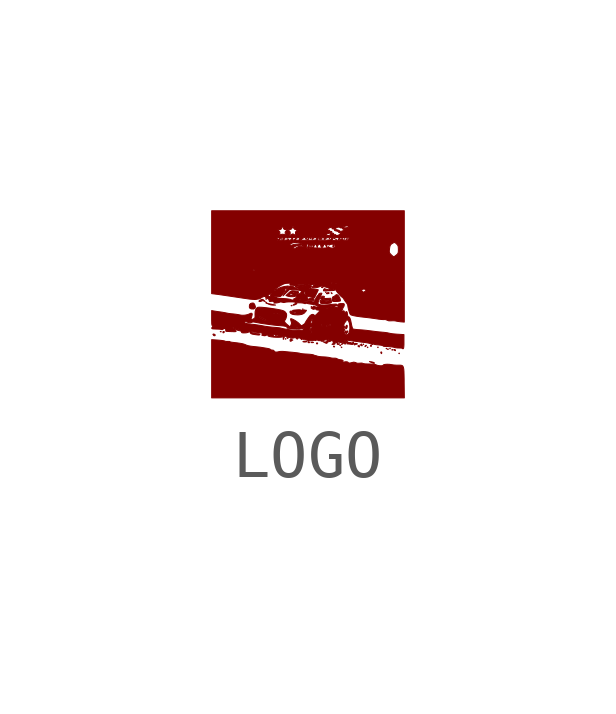
<source format=kicad_sym>
(kicad_symbol_lib
  (version 20210619)
  (generator bitmap2component)
  (symbol "LOGO"
    (pin_names
      (offset 1.016))
    (property "Reference" "#G"
      (at 0 6.433 0)
      (effects (font (size 1.27 1.27)) hide))
    (symbol "LOGO_0_0"
      (polyline (pts (xy 1.988 -1.631) (xy 1.988 -1.563) (xy 1.986 -1.472) (xy 1.984 -1.403) (xy 1.98 -1.352) (xy 1.972 -1.316) (xy 1.961 -1.292) (xy 1.945 -1.279) (xy 1.923 -1.273) (xy 1.895 -1.272) (xy 1.858 -1.272) (xy 1.828 -1.272) (xy 1.77 -1.268) (xy 1.72 -1.26) (xy 1.677 -1.254) (xy 1.632 -1.253) (xy 1.591 -1.256) (xy 1.561 -1.263) (xy 1.55 -1.273) (xy 1.55 -1.274) (xy 1.538 -1.282) (xy 1.51 -1.285) (xy 1.474 -1.283) (xy 1.437 -1.277) (xy 1.407 -1.266) (xy 1.382 -1.257) (xy 1.329 -1.25) (xy 1.253 -1.247) (xy 1.225 -1.247) (xy 1.177 -1.245) (xy 1.143 -1.24) (xy 1.128 -1.235) (xy 1.124 -1.232) (xy 1.101 -1.228) (xy 1.064 -1.23) (xy 1.052 -1.232) (xy 1.015 -1.232) (xy 0.992 -1.225) (xy 0.982 -1.218) (xy 0.94 -1.209) (xy 0.891 -1.22) (xy 0.887 -1.222) (xy 0.855 -1.228) (xy 0.83 -1.224) (xy 0.819 -1.211) (xy 0.818 -1.209) (xy 0.804 -1.203) (xy 0.778 -1.201) (xy 0.752 -1.203) (xy 0.737 -1.21) (xy 0.731 -1.216) (xy 0.708 -1.222) (xy 0.699 -1.221) (xy 0.694 -1.218) (xy 0.708 -1.205) (xy 0.718 -1.194) (xy 0.718 -1.177) (xy 0.698 -1.164) (xy 0.662 -1.159) (xy 0.628 -1.154) (xy 0.594 -1.139) (xy 0.57 -1.128) (xy 0.537 -1.126) (xy 0.524 -1.127) (xy 0.487 -1.125) (xy 0.445 -1.116) (xy 0.414 -1.109) (xy 0.356 -1.102) (xy 0.3 -1.099) (xy 0.263 -1.097) (xy 0.217 -1.092) (xy 0.185 -1.085) (xy 0.156 -1.075) (xy 0.134 -1.071) (xy 0.129 -1.07) (xy 0.106 -1.06) (xy 0.097 -1.056) (xy 0.067 -1.05) (xy 0.021 -1.045) (xy -0.035 -1.041) (xy -0.073 -1.039) (xy -0.123 -1.035) (xy -0.16 -1.03) (xy -0.178 -1.026) (xy -0.18 -1.025) (xy -0.189 -1.022) (xy -0.207 -1.019) (xy -0.235 -1.015) (xy -0.277 -1.01) (xy -0.335 -1.004) (xy -0.413 -0.997) (xy -0.513 -0.987) (xy -0.549 -0.985) (xy -0.596 -0.987) (xy -0.628 -0.993) (xy -0.643 -0.997) (xy -0.68 -1) (xy -0.707 -0.992) (xy -0.718 -0.975) (xy -0.727 -0.963) (xy -0.756 -0.958) (xy -0.756 -0.958) (xy -0.783 -0.954) (xy -0.794 -0.946) (xy -0.794 -0.945) (xy -0.807 -0.935) (xy -0.835 -0.927) (xy -0.873 -0.92) (xy -1.008 -0.898) (xy -1.14 -0.884) (xy -1.145 -0.884) (xy -1.208 -0.876) (xy -1.26 -0.866) (xy -1.296 -0.854) (xy -1.325 -0.841) (xy -1.365 -0.828) (xy -1.417 -0.818) (xy -1.484 -0.808) (xy -1.572 -0.798) (xy -1.597 -0.795) (xy -1.627 -0.789) (xy -1.638 -0.782) (xy -1.638 -0.781) (xy -1.653 -0.778) (xy -1.682 -0.779) (xy -1.686 -0.779) (xy -1.72 -0.779) (xy -1.742 -0.771) (xy -1.752 -0.767) (xy -1.784 -0.761) (xy -1.831 -0.755) (xy -1.887 -0.75) (xy -2.016 -0.741) (xy -2.016 -1.953) (xy 1.992 -1.953) (xy 1.988 -1.631)) (stroke (width 0.01)) (fill (type outline)))
      (polyline (pts (xy 1.37 -1.232) (xy 1.366 -1.222) (xy 1.365 -1.221) (xy 1.343 -1.211) (xy 1.31 -1.203) (xy 1.266 -1.197) (xy 1.304 -1.215) (xy 1.33 -1.226) (xy 1.356 -1.234) (xy 1.37 -1.232)) (stroke (width 0.01)) (fill (type outline)))
      (polyline (pts (xy 1.522 -1.022) (xy 1.523 -1.011) (xy 1.517 -0.997) (xy 1.504 -0.999) (xy 1.502 -1.004) (xy 1.507 -1.022) (xy 1.515 -1.032) (xy 1.522 -1.022)) (stroke (width 0.01)) (fill (type outline)))
      (polyline (pts (xy 1.89 -1.027) (xy 1.884 -1.02) (xy 1.877 -1.027) (xy 1.884 -1.033) (xy 1.89 -1.027)) (stroke (width 0.01)) (fill (type outline)))
      (polyline (pts (xy 1.807 -0.969) (xy 1.808 -0.958) (xy 1.805 -0.954) (xy 1.788 -0.945) (xy 1.783 -0.946) (xy 1.783 -0.958) (xy 1.785 -0.961) (xy 1.803 -0.97) (xy 1.807 -0.969)) (stroke (width 0.01)) (fill (type outline)))
      (polyline (pts (xy 1.757 -0.956) (xy 1.76 -0.95) (xy 1.756 -0.947) (xy 1.736 -0.949) (xy 1.73 -0.954) (xy 1.744 -0.957) (xy 1.757 -0.956)) (stroke (width 0.01)) (fill (type outline)))
      (polyline (pts (xy 1.657 -0.944) (xy 1.659 -0.936) (xy 1.657 -0.935) (xy 1.642 -0.936) (xy 1.64 -0.94) (xy 1.651 -0.945) (xy 1.657 -0.944)) (stroke (width 0.01)) (fill (type outline)))
      (polyline (pts (xy 1.625 -0.926) (xy 1.619 -0.92) (xy 1.613 -0.926) (xy 1.619 -0.932) (xy 1.625 -0.926)) (stroke (width 0.01)) (fill (type outline)))
      (polyline (pts (xy 1.701 -0.926) (xy 1.695 -0.92) (xy 1.688 -0.926) (xy 1.695 -0.932) (xy 1.701 -0.926)) (stroke (width 0.01)) (fill (type outline)))
      (polyline (pts (xy 1.97 -0.928) (xy 1.977 -0.916) (xy 1.981 -0.89) (xy 1.984 -0.846) (xy 1.984 -0.78) (xy 1.984 -0.636) (xy 1.852 -0.628) (xy 1.814 -0.625) (xy 1.756 -0.62) (xy 1.709 -0.613) (xy 1.679 -0.607) (xy 1.674 -0.606) (xy 1.638 -0.598) (xy 1.589 -0.591) (xy 1.534 -0.586) (xy 1.515 -0.584) (xy 1.448 -0.578) (xy 1.373 -0.569) (xy 1.304 -0.56) (xy 1.285 -0.558) (xy 1.209 -0.548) (xy 1.128 -0.54) (xy 1.058 -0.535) (xy 1.027 -0.533) (xy 0.978 -0.528) (xy 0.941 -0.523) (xy 0.922 -0.518) (xy 0.92 -0.515) (xy 0.91 -0.493) (xy 0.899 -0.454) (xy 0.889 -0.405) (xy 0.876 -0.342) (xy 0.862 -0.297) (xy 0.846 -0.272) (xy 0.827 -0.265) (xy 0.825 -0.264) (xy 0.815 -0.249) (xy 0.809 -0.219) (xy 0.809 -0.214) (xy 0.803 -0.173) (xy 0.792 -0.156) (xy 0.777 -0.163) (xy 0.767 -0.171) (xy 0.75 -0.174) (xy 0.743 -0.156) (xy 0.743 -0.154) (xy 0.736 -0.142) (xy 0.712 -0.144) (xy 0.705 -0.145) (xy 0.684 -0.142) (xy 0.681 -0.131) (xy 0.699 -0.118) (xy 0.708 -0.113) (xy 0.711 -0.099) (xy 0.711 -0.088) (xy 0.724 -0.068) (xy 0.735 -0.051) (xy 0.743 -0.019) (xy 0.743 -0.007) (xy 0.737 0.005) (xy 0.718 0.01) (xy 0.68 0.01) (xy 0.661 0.009) (xy 0.628 0.003) (xy 0.617 -0.009) (xy 0.614 -0.02) (xy 0.602 -0.024) (xy 0.589 -0.011) (xy 0.589 -0.01) (xy 0.579 -0.004) (xy 0.555 -0.002) (xy 0.513 -0.005) (xy 0.449 -0.012) (xy 0.409 -0.016) (xy 0.324 -0.021) (xy 0.259 -0.019) (xy 0.216 -0.009) (xy 0.196 0.009) (xy 0.195 0.012) (xy 0.199 0.037) (xy 0.212 0.076) (xy 0.233 0.123) (xy 0.24 0.138) (xy 0.259 0.179) (xy 0.272 0.209) (xy 0.277 0.223) (xy 0.268 0.226) (xy 0.243 0.225) (xy 0.22 0.218) (xy 0.211 0.204) (xy 0.21 0.196) (xy 0.196 0.181) (xy 0.184 0.171) (xy 0.165 0.143) (xy 0.145 0.105) (xy 0.144 0.104) (xy 0.126 0.067) (xy 0.111 0.048) (xy 0.095 0.041) (xy 0.072 0.043) (xy 0.05 0.046) (xy 0.005 0.052) (xy -0.044 0.057) (xy -0.109 0.064) (xy -0.16 0.071) (xy -0.19 0.079) (xy -0.197 0.085) (xy -0.185 0.086) (xy -0.154 0.084) (xy -0.107 0.08) (xy -0.05 0.074) (xy 0.006 0.068) (xy 0.05 0.065) (xy 0.078 0.065) (xy 0.093 0.069) (xy 0.102 0.076) (xy 0.107 0.086) (xy 0.113 0.102) (xy 0.111 0.106) (xy 0.093 0.114) (xy 0.064 0.117) (xy 0.035 0.116) (xy 0.016 0.111) (xy 0.015 0.11) (xy -0.008 0.102) (xy -0.026 0.113) (xy -0.029 0.136) (xy -0.025 0.149) (xy -0.014 0.155) (xy 0.008 0.153) (xy 0.048 0.144) (xy 0.08 0.137) (xy 0.109 0.132) (xy 0.121 0.13) (xy 0.122 0.132) (xy 0.132 0.15) (xy 0.148 0.182) (xy 0.166 0.219) (xy 0.184 0.255) (xy 0.197 0.282) (xy 0.202 0.294) (xy 0.198 0.297) (xy 0.177 0.302) (xy 0.142 0.307) (xy 0.129 0.308) (xy 0.059 0.319) (xy 0.013 0.33) (xy -0.008 0.344) (xy -0.009 0.344) (xy -0.004 0.351) (xy 0.023 0.349) (xy 0.046 0.345) (xy 0.059 0.35) (xy 0.059 0.368) (xy 0.052 0.386) (xy 0.03 0.406) (xy 0.023 0.409) (xy 0.019 0.413) (xy 0.038 0.41) (xy 0.062 0.406) (xy 0.101 0.403) (xy 0.132 0.403) (xy 0.106 0.383) (xy 0.162 0.383) (xy 0.167 0.387) (xy 0.18 0.389) (xy 0.205 0.386) (xy 0.206 0.386) (xy 0.204 0.382) (xy 0.183 0.38) (xy 0.179 0.381) (xy 0.162 0.383) (xy 0.106 0.383) (xy 0.101 0.379) (xy 0.099 0.377) (xy 0.081 0.358) (xy 0.079 0.345) (xy 0.087 0.341) (xy 0.116 0.338) (xy 0.155 0.34) (xy 0.195 0.348) (xy 0.226 0.36) (xy 0.246 0.369) (xy 0.268 0.371) (xy 0.299 0.367) (xy 0.346 0.356) (xy 0.352 0.354) (xy 0.393 0.342) (xy 0.421 0.33) (xy 0.431 0.321) (xy 0.435 0.311) (xy 0.456 0.3) (xy 0.462 0.296) (xy 0.448 0.295) (xy 0.416 0.298) (xy 0.388 0.302) (xy 0.355 0.31) (xy 0.338 0.318) (xy 0.33 0.321) (xy 0.316 0.305) (xy 0.31 0.287) (xy 0.312 0.274) (xy 0.318 0.274) (xy 0.345 0.273) (xy 0.388 0.274) (xy 0.441 0.277) (xy 0.479 0.279) (xy 0.52 0.282) (xy 0.54 0.287) (xy 0.544 0.292) (xy 0.535 0.3) (xy 0.522 0.309) (xy 0.518 0.314) (xy 0.535 0.312) (xy 0.535 0.312) (xy 0.558 0.299) (xy 0.567 0.288) (xy 1.103 0.288) (xy 1.115 0.302) (xy 1.117 0.304) (xy 1.14 0.311) (xy 1.167 0.309) (xy 1.188 0.301) (xy 1.194 0.287) (xy 1.186 0.275) (xy 1.164 0.256) (xy 1.155 0.251) (xy 1.136 0.247) (xy 1.117 0.263) (xy 1.109 0.272) (xy 1.103 0.288) (xy 0.567 0.288) (xy 0.579 0.273) (xy 0.585 0.263) (xy 0.599 0.244) (xy 0.634 0.244) (xy 0.642 0.252) (xy 0.645 0.252) (xy 0.655 0.239) (xy 0.655 0.236) (xy 0.65 0.227) (xy 0.648 0.227) (xy 0.636 0.239) (xy 0.634 0.244) (xy 0.599 0.244) (xy 0.607 0.234) (xy 0.635 0.201) (xy 0.665 0.17) (xy 0.69 0.147) (xy 0.705 0.139) (xy 0.707 0.138) (xy 0.719 0.124) (xy 0.736 0.098) (xy 0.737 0.097) (xy 0.761 0.059) (xy 0.786 0.027) (xy 0.805 -0.000400) (xy 0.815 -0.029) (xy 0.815 -0.031) (xy 0.821 -0.07) (xy 0.832 -0.117) (xy 0.846 -0.163) (xy 0.859 -0.2) (xy 0.871 -0.22) (xy 0.872 -0.221) (xy 0.897 -0.232) (xy 0.944 -0.244) (xy 1.009 -0.256) (xy 1.088 -0.267) (xy 1.178 -0.277) (xy 1.206 -0.28) (xy 1.272 -0.288) (xy 1.345 -0.298) (xy 1.415 -0.308) (xy 1.46 -0.315) (xy 1.514 -0.321) (xy 1.555 -0.324) (xy 1.577 -0.323) (xy 1.602 -0.324) (xy 1.633 -0.336) (xy 1.67 -0.35) (xy 1.722 -0.349) (xy 1.737 -0.348) (xy 1.78 -0.348) (xy 1.813 -0.353) (xy 1.831 -0.357) (xy 1.872 -0.364) (xy 1.918 -0.37) (xy 1.991 -0.376) (xy 1.991 1.94) (xy -2.016 1.94) (xy -2.016 1.549) (xy -0.649 1.549) (xy -0.608 1.549) (xy -0.594 1.55) (xy -0.571 1.558) (xy -0.559 1.581) (xy -0.552 1.602) (xy -0.542 1.613) (xy -0.533 1.605) (xy -0.524 1.581) (xy -0.52 1.57) (xy -0.506 1.554) (xy -0.475 1.549) (xy -0.435 1.549) (xy -0.396 1.549) (xy -0.391 1.549) (xy -0.36 1.558) (xy -0.341 1.584) (xy -0.324 1.619) (xy -0.312 1.584) (xy -0.308 1.574) (xy -0.291 1.554) (xy -0.274 1.552) (xy 0.39 1.552) (xy 0.401 1.567) (xy 0.426 1.582) (xy 0.463 1.593) (xy 0.48 1.595) (xy 0.501 1.592) (xy 0.505 1.582) (xy 0.488 1.571) (xy 0.488 1.57) (xy 0.488 1.566) (xy 0.504 1.564) (xy 0.557 1.564) (xy 0.572 1.582) (xy 0.594 1.594) (xy 0.621 1.6) (xy 0.645 1.598) (xy 0.648 1.595) (xy 0.712 1.595) (xy 0.739 1.61) (xy 0.752 1.616) (xy 0.786 1.624) (xy 0.818 1.623) (xy 0.837 1.614) (xy 0.838 1.61) (xy 0.828 1.599) (xy 0.803 1.59) (xy 0.772 1.585) (xy 0.743 1.587) (xy 0.712 1.595) (xy 0.648 1.595) (xy 0.655 1.589) (xy 0.661 1.583) (xy 0.682 1.584) (xy 0.699 1.586) (xy 0.701 1.578) (xy 0.703 1.568) (xy 0.722 1.557) (xy 0.737 1.552) (xy 0.742 1.545) (xy 0.725 1.531) (xy 0.705 1.52) (xy 0.677 1.513) (xy 0.653 1.514) (xy 0.643 1.523) (xy 0.642 1.525) (xy 0.628 1.534) (xy 0.599 1.543) (xy 0.585 1.545) (xy 0.561 1.553) (xy 0.557 1.564) (xy 0.504 1.564) (xy 0.508 1.563) (xy 0.511 1.563) (xy 0.535 1.558) (xy 0.538 1.544) (xy 0.537 1.538) (xy 0.547 1.527) (xy 0.58 1.518) (xy 0.592 1.516) (xy 0.617 1.507) (xy 0.623 1.498) (xy 0.624 1.491) (xy 0.642 1.487) (xy 0.644 1.487) (xy 0.665 1.48) (xy 0.663 1.465) (xy 0.64 1.443) (xy 0.63 1.437) (xy 0.6 1.426) (xy 0.577 1.425) (xy 0.567 1.437) (xy 0.562 1.444) (xy 0.54 1.442) (xy 0.535 1.44) (xy 0.519 1.44) (xy 0.521 1.454) (xy 0.521 1.469) (xy 0.502 1.474) (xy 0.485 1.478) (xy 0.483 1.493) (xy 0.483 1.494) (xy 0.482 1.508) (xy 0.459 1.512) (xy 0.439 1.515) (xy 0.435 1.524) (xy 0.434 1.532) (xy 0.417 1.537) (xy 0.396 1.541) (xy 0.39 1.552) (xy -0.274 1.552) (xy -0.26 1.549) (xy -0.221 1.549) (xy -0.25 1.524) (xy -0.259 1.516) (xy -0.273 1.493) (xy -0.271 1.461) (xy -0.265 1.436) (xy 0.365 1.436) (xy 0.366 1.439) (xy 0.381 1.455) (xy 0.409 1.468) (xy 0.44 1.474) (xy 0.456 1.472) (xy 0.465 1.46) (xy 0.451 1.439) (xy 0.45 1.438) (xy 0.428 1.428) (xy 0.4 1.424) (xy 0.376 1.427) (xy 0.365 1.436) (xy -0.265 1.436) (xy -0.262 1.421) (xy -0.295 1.443) (xy -0.316 1.456) (xy -0.335 1.457) (xy -0.36 1.443) (xy -0.393 1.421) (xy -0.384 1.461) (xy -0.382 1.473) (xy -0.385 1.501) (xy -0.405 1.524) (xy -0.435 1.549) (xy -0.464 1.524) (xy -0.469 1.521) (xy -0.487 1.496) (xy -0.486 1.466) (xy -0.483 1.452) (xy -0.485 1.439) (xy -0.5 1.443) (xy -0.514 1.448) (xy -0.542 1.452) (xy -0.554 1.451) (xy -0.583 1.443) (xy -0.593 1.439) (xy -0.601 1.443) (xy -0.598 1.466) (xy -0.597 1.471) (xy -0.598 1.499) (xy -0.619 1.524) (xy -0.649 1.549) (xy -2.016 1.549) (xy -2.016 1.38) (xy -0.658 1.38) (xy -0.638 1.383) (xy -0.602 1.384) (xy -0.569 1.383) (xy -0.543 1.379) (xy -0.532 1.371) (xy -0.529 1.355) (xy -0.531 1.341) (xy -0.539 1.334) (xy -0.516 1.334) (xy -0.511 1.345) (xy -0.497 1.367) (xy -0.492 1.373) (xy -0.475 1.384) (xy -0.454 1.376) (xy -0.438 1.369) (xy -0.422 1.374) (xy -0.408 1.38) (xy -0.376 1.383) (xy -0.333 1.384) (xy -0.252 1.381) (xy -0.28 1.352) (xy -0.281 1.35) (xy -0.288 1.344) (xy -0.273 1.344) (xy -0.254 1.365) (xy -0.247 1.371) (xy -0.218 1.385) (xy -0.197 1.38) (xy -0.189 1.357) (xy -0.191 1.34) (xy -0.203 1.33) (xy -0.233 1.328) (xy -0.247 1.329) (xy -0.272 1.333) (xy -0.273 1.344) (xy -0.288 1.344) (xy -0.308 1.327) (xy -0.31 1.327) (xy -0.168 1.327) (xy -0.134 1.357) (xy -0.124 1.365) (xy -0.093 1.382) (xy -0.071 1.383) (xy -0.063 1.367) (xy -0.061 1.358) (xy -0.05 1.348) (xy -0.045 1.35) (xy -0.038 1.367) (xy -0.03 1.38) (xy 0 1.386) (xy 0.000200 1.386) (xy 0.027 1.381) (xy 0.038 1.371) (xy 0.041 1.362) (xy 0.053 1.371) (xy 0.069 1.383) (xy 0.081 1.383) (xy 0.079 1.364) (xy 0.075 1.351) (xy 0.079 1.349) (xy 0.097 1.364) (xy 0.105 1.371) (xy 0.135 1.385) (xy 0.156 1.38) (xy 0.164 1.357) (xy 0.164 1.354) (xy 0.162 1.343) (xy 0.156 1.335) (xy 0.15 1.334) (xy 0.189 1.334) (xy 0.189 1.344) (xy 0.199 1.369) (xy 0.223 1.382) (xy 0.267 1.386) (xy 0.27 1.386) (xy 0.306 1.384) (xy 0.323 1.379) (xy 0.323 1.367) (xy 0.321 1.361) (xy 0.324 1.344) (xy 0.338 1.343) (xy 0.355 1.36) (xy 0.357 1.362) (xy 0.378 1.377) (xy 0.41 1.386) (xy 0.443 1.387) (xy 0.468 1.381) (xy 0.479 1.368) (xy 0.478 1.36) (xy 0.465 1.341) (xy 0.452 1.337) (xy 0.444 1.336) (xy 0.493 1.336) (xy 0.504 1.36) (xy 0.507 1.366) (xy 0.517 1.373) (xy 0.535 1.379) (xy 0.565 1.382) (xy 0.612 1.383) (xy 0.68 1.383) (xy 0.693 1.383) (xy 0.752 1.383) (xy 0.8 1.381) (xy 0.832 1.379) (xy 0.844 1.377) (xy 0.842 1.369) (xy 0.831 1.347) (xy 0.821 1.333) (xy 0.799 1.326) (xy 0.761 1.326) (xy 0.745 1.327) (xy 0.717 1.334) (xy 0.711 1.345) (xy 0.713 1.352) (xy 0.705 1.36) (xy 0.687 1.357) (xy 0.668 1.342) (xy 0.651 1.33) (xy 0.621 1.324) (xy 0.592 1.326) (xy 0.575 1.339) (xy 0.571 1.348) (xy 0.568 1.339) (xy 0.557 1.327) (xy 0.529 1.323) (xy 0.527 1.323) (xy 0.499 1.325) (xy 0.493 1.336) (xy 0.444 1.336) (xy 0.419 1.333) (xy 0.374 1.329) (xy 0.324 1.327) (xy 0.274 1.326) (xy 0.231 1.327) (xy 0.201 1.329) (xy 0.189 1.334) (xy 0.15 1.334) (xy 0.14 1.331) (xy 0.111 1.329) (xy 0.065 1.328) (xy -0.002 1.327) (xy -0.168 1.327) (xy -0.31 1.327) (xy -0.323 1.327) (xy -0.328 1.348) (xy -0.328 1.348) (xy -0.334 1.37) (xy -0.346 1.37) (xy -0.359 1.349) (xy -0.367 1.337) (xy -0.387 1.327) (xy -0.407 1.327) (xy -0.416 1.339) (xy -0.418 1.343) (xy -0.431 1.34) (xy -0.432 1.339) (xy -0.454 1.332) (xy -0.482 1.328) (xy -0.506 1.328) (xy -0.516 1.334) (xy -0.539 1.334) (xy -0.543 1.331) (xy -0.573 1.328) (xy -0.576 1.328) (xy -0.603 1.329) (xy -0.608 1.335) (xy -0.596 1.351) (xy -0.585 1.366) (xy -0.586 1.373) (xy -0.587 1.373) (xy -0.604 1.364) (xy -0.628 1.345) (xy -0.647 1.328) (xy -0.654 1.327) (xy -0.65 1.341) (xy -0.648 1.356) (xy -0.658 1.375) (xy -0.658 1.38) (xy -2.016 1.38) (xy -2.016 1.233) (xy -0.388 1.233) (xy -0.376 1.251) (xy -0.346 1.267) (xy -0.301 1.279) (xy -0.275 1.281) (xy -0.232 1.278) (xy -0.19 1.268) (xy -0.156 1.253) (xy -0.136 1.236) (xy -0.135 1.227) (xy -0.045 1.227) (xy -0.045 1.242) (xy -0.025 1.247) (xy -0.006 1.243) (xy -0.005 1.227) (xy -0.009 1.215) (xy -0.01 1.206) (xy 0.013 1.206) (xy 0.013 1.214) (xy 0.015 1.239) (xy 0.02 1.243) (xy 0.032 1.229) (xy 0.043 1.215) (xy 0.054 1.212) (xy 0.069 1.229) (xy 0.08 1.243) (xy 0.086 1.242) (xy 0.088 1.219) (xy 0.088 1.208) (xy 0.096 1.187) (xy 0.107 1.19) (xy 0.119 1.216) (xy 0.121 1.224) (xy 0.134 1.244) (xy 0.149 1.241) (xy 0.166 1.213) (xy 0.18 1.178) (xy 0.188 1.208) (xy 0.198 1.227) (xy 0.224 1.243) (xy 0.23 1.244) (xy 0.248 1.239) (xy 0.252 1.216) (xy 0.259 1.192) (xy 0.276 1.183) (xy 0.296 1.191) (xy 0.31 1.216) (xy 0.313 1.226) (xy 0.327 1.245) (xy 0.345 1.24) (xy 0.362 1.213) (xy 0.37 1.194) (xy 0.375 1.189) (xy 0.377 1.206) (xy 0.377 1.209) (xy 0.386 1.234) (xy 0.401 1.244) (xy 0.417 1.233) (xy 0.425 1.225) (xy 0.438 1.229) (xy 0.454 1.239) (xy 0.485 1.244) (xy 0.518 1.241) (xy 0.541 1.229) (xy 0.548 1.217) (xy 0.552 1.188) (xy 0.546 1.178) (xy 0.522 1.167) (xy 0.488 1.163) (xy 0.453 1.168) (xy 0.425 1.181) (xy 0.418 1.188) (xy 0.406 1.194) (xy 0.403 1.182) (xy 0.403 1.181) (xy 0.398 1.173) (xy 0.383 1.169) (xy 0.353 1.166) (xy 0.306 1.164) (xy 0.237 1.164) (xy 0.22 1.165) (xy 0.151 1.166) (xy 0.104 1.169) (xy 0.077 1.174) (xy 0.066 1.181) (xy 0.059 1.193) (xy 0.045 1.195) (xy 0.038 1.178) (xy 0.036 1.169) (xy 0.025 1.159) (xy 0.023 1.16) (xy 0.016 1.176) (xy 0.013 1.206) (xy -0.01 1.206) (xy -0.013 1.183) (xy -0.015 1.17) (xy -0.025 1.159) (xy -0.032 1.163) (xy -0.038 1.183) (xy -0.039 1.197) (xy -0.045 1.227) (xy -0.135 1.227) (xy -0.134 1.219) (xy -0.137 1.214) (xy -0.129 1.214) (xy -0.123 1.216) (xy -0.108 1.211) (xy -0.108 1.207) (xy -0.123 1.202) (xy -0.156 1.201) (xy -0.158 1.201) (xy -0.209 1.196) (xy -0.25 1.175) (xy -0.254 1.173) (xy -0.288 1.151) (xy -0.308 1.149) (xy -0.315 1.166) (xy -0.315 1.169) (xy -0.299 1.188) (xy -0.268 1.204) (xy -0.228 1.217) (xy -0.186 1.222) (xy -0.171 1.223) (xy -0.157 1.226) (xy -0.164 1.235) (xy -0.173 1.239) (xy -0.21 1.246) (xy -0.257 1.246) (xy -0.303 1.24) (xy -0.34 1.228) (xy -0.345 1.226) (xy -0.372 1.217) (xy -0.386 1.224) (xy -0.388 1.233) (xy -2.016 1.233) (xy -2.016 1.101) (xy 1.679 1.101) (xy 1.683 1.143) (xy 1.69 1.192) (xy 1.702 1.225) (xy 1.722 1.248) (xy 1.755 1.268) (xy 1.767 1.274) (xy 1.788 1.28) (xy 1.805 1.273) (xy 1.83 1.25) (xy 1.847 1.232) (xy 1.861 1.209) (xy 1.866 1.179) (xy 1.868 1.133) (xy 1.868 1.132) (xy 1.867 1.088) (xy 1.861 1.06) (xy 1.849 1.04) (xy 1.825 1.019) (xy 1.814 1.01) (xy 1.788 0.991) (xy 1.772 0.983) (xy 1.766 0.986) (xy 1.745 1.001) (xy 1.718 1.026) (xy 1.716 1.028) (xy 1.692 1.054) (xy 1.681 1.075) (xy 1.679 1.101) (xy -2.016 1.101) (xy -2.016 0.714) (xy -1.169 0.714) (xy -1.168 0.726) (xy -1.156 0.729) (xy -1.132 0.722) (xy -1.125 0.719) (xy -1.113 0.71) (xy -1.123 0.703) (xy -1.132 0.701) (xy -1.154 0.704) (xy -1.169 0.714) (xy -2.016 0.714) (xy -2.016 0.469) (xy 1.921 0.469) (xy 1.925 0.475) (xy 1.933 0.477) (xy 1.95 0.474) (xy 1.949 0.469) (xy 1.933 0.467) (xy 1.921 0.469) (xy -2.016 0.469) (xy -2.016 0.438) (xy 0.469 0.438) (xy 0.485 0.439) (xy 0.512 0.436) (xy 0.548 0.428) (xy 0.586 0.419) (xy 0.542 0.417) (xy 0.539 0.417) (xy 0.504 0.42) (xy 0.479 0.428) (xy 0.475 0.431) (xy 0.469 0.438) (xy -2.016 0.438) (xy -2.016 0.216) (xy -1.943 0.207) (xy -1.928 0.205) (xy -1.88 0.199) (xy -1.817 0.19) (xy -1.744 0.179) (xy -1.669 0.168) (xy -1.652 0.166) (xy -1.563 0.152) (xy -1.467 0.138) (xy -1.376 0.124) (xy -1.299 0.113) (xy -1.232 0.103) (xy -1.169 0.097) (xy -1.12 0.094) (xy -1.091 0.096) (xy -1.058 0.103) (xy -1.03 0.107) (xy -1.011 0.113) (xy -0.984 0.131) (xy -0.981 0.133) (xy -0.95 0.149) (xy -0.912 0.159) (xy -0.892 0.161) (xy -0.876 0.16) (xy -0.876 0.16) (xy -0.846 0.16) (xy -0.845 0.173) (xy -0.822 0.197) (xy -0.798 0.215) (xy -0.779 0.226) (xy -0.772 0.224) (xy -0.781 0.208) (xy -0.788 0.195) (xy -0.79 0.172) (xy -0.791 0.159) (xy -0.813 0.154) (xy -0.825 0.155) (xy -0.846 0.16) (xy -0.876 0.16) (xy -0.881 0.153) (xy -0.889 0.148) (xy -0.894 0.139) (xy -0.892 0.137) (xy -0.731 0.137) (xy -0.729 0.141) (xy -0.708 0.149) (xy -0.671 0.151) (xy -0.654 0.152) (xy -0.614 0.154) (xy -0.586 0.158) (xy -0.582 0.16) (xy -0.563 0.176) (xy -0.54 0.201) (xy -0.517 0.231) (xy -0.499 0.26) (xy -0.489 0.281) (xy -0.491 0.29) (xy -0.494 0.29) (xy -0.504 0.302) (xy -0.499 0.31) (xy -0.479 0.315) (xy -0.478 0.315) (xy -0.458 0.324) (xy -0.437 0.341) (xy -0.422 0.361) (xy -0.42 0.374) (xy -0.432 0.374) (xy -0.463 0.37) (xy -0.505 0.364) (xy -0.578 0.346) (xy -0.642 0.315) (xy -0.665 0.301) (xy -0.692 0.288) (xy -0.705 0.285) (xy -0.706 0.287) (xy -0.698 0.3) (xy -0.674 0.323) (xy -0.639 0.349) (xy -0.598 0.376) (xy -0.554 0.4) (xy -0.531 0.411) (xy -0.508 0.421) (xy -0.483 0.427) (xy -0.453 0.431) (xy -0.412 0.433) (xy -0.355 0.433) (xy -0.278 0.432) (xy -0.213 0.431) (xy -0.147 0.429) (xy -0.101 0.425) (xy -0.073 0.42) (xy -0.062 0.414) (xy -0.059 0.406) (xy -0.032 0.406) (xy -0.028 0.412) (xy -0.02 0.414) (xy -0.003 0.411) (xy -0.004 0.406) (xy -0.02 0.404) (xy -0.032 0.406) (xy -0.059 0.406) (xy -0.056 0.399) (xy -0.062 0.392) (xy -0.081 0.403) (xy -0.087 0.406) (xy -0.12 0.413) (xy -0.167 0.414) (xy -0.192 0.413) (xy -0.228 0.415) (xy -0.25 0.42) (xy -0.263 0.424) (xy -0.295 0.425) (xy -0.337 0.422) (xy -0.365 0.418) (xy -0.388 0.41) (xy -0.388 0.401) (xy -0.364 0.394) (xy -0.319 0.389) (xy -0.311 0.388) (xy -0.28 0.382) (xy -0.275 0.374) (xy -0.258 0.374) (xy -0.202 0.376) (xy -0.187 0.376) (xy -0.15 0.372) (xy -0.126 0.365) (xy -0.119 0.361) (xy -0.115 0.356) (xy -0.125 0.355) (xy -0.153 0.358) (xy -0.202 0.365) (xy -0.258 0.374) (xy -0.275 0.374) (xy -0.273 0.37) (xy -0.271 0.359) (xy -0.252 0.346) (xy -0.248 0.344) (xy -0.068 0.344) (xy -0.066 0.348) (xy -0.06 0.35) (xy -0.035 0.348) (xy -0.033 0.344) (xy -0.05 0.342) (xy -0.068 0.344) (xy -0.248 0.344) (xy -0.232 0.334) (xy -0.211 0.308) (xy -0.198 0.289) (xy -0.186 0.284) (xy 0.017 0.284) (xy 0.028 0.286) (xy 0.076 0.288) (xy 0.123 0.286) (xy 0.13 0.285) (xy 0.132 0.283) (xy 0.114 0.282) (xy 0.076 0.281) (xy 0.06 0.281) (xy 0.029 0.282) (xy 0.017 0.284) (xy -0.186 0.284) (xy -0.168 0.277) (xy -0.16 0.277) (xy -0.141 0.271) (xy -0.144 0.255) (xy -0.162 0.236) (xy -0.094 0.236) (xy -0.082 0.264) (xy -0.069 0.273) (xy -0.064 0.265) (xy -0.063 0.236) (xy -0.065 0.212) (xy -0.072 0.192) (xy -0.082 0.193) (xy -0.093 0.217) (xy -0.094 0.236) (xy -0.162 0.236) (xy -0.169 0.228) (xy -0.171 0.226) (xy -0.195 0.211) (xy -0.214 0.207) (xy -0.223 0.215) (xy -0.214 0.233) (xy -0.214 0.233) (xy -0.207 0.247) (xy -0.215 0.257) (xy -0.243 0.265) (xy -0.292 0.272) (xy -0.297 0.273) (xy -0.334 0.276) (xy -0.36 0.272) (xy -0.383 0.257) (xy -0.401 0.241) (xy -0.347 0.241) (xy -0.338 0.249) (xy -0.309 0.252) (xy -0.302 0.252) (xy -0.276 0.248) (xy -0.271 0.239) (xy -0.282 0.232) (xy -0.309 0.227) (xy -0.329 0.23) (xy -0.346 0.239) (xy -0.347 0.241) (xy -0.401 0.241) (xy -0.415 0.229) (xy -0.453 0.193) (xy -0.398 0.193) (xy -0.39 0.208) (xy -0.377 0.212) (xy -0.35 0.209) (xy -0.345 0.208) (xy -0.265 0.208) (xy -0.258 0.214) (xy -0.252 0.208) (xy -0.258 0.202) (xy -0.265 0.208) (xy -0.345 0.208) (xy -0.326 0.201) (xy -0.315 0.189) (xy -0.315 0.187) (xy -0.329 0.179) (xy -0.354 0.177) (xy -0.381 0.18) (xy -0.396 0.188) (xy -0.398 0.193) (xy -0.453 0.193) (xy -0.47 0.177) (xy -0.436 0.164) (xy -0.418 0.159) (xy -0.375 0.153) (xy -0.329 0.152) (xy -0.29 0.157) (xy -0.266 0.167) (xy -0.261 0.171) (xy -0.253 0.172) (xy -0.254 0.152) (xy -0.262 0.131) (xy -0.29 0.112) (xy -0.307 0.107) (xy -0.311 0.103) (xy -0.293 0.102) (xy -0.275 0.099) (xy -0.265 0.091) (xy -0.273 0.086) (xy -0.298 0.083) (xy -0.329 0.083) (xy -0.356 0.086) (xy -0.369 0.092) (xy -0.378 0.097) (xy -0.408 0.103) (xy -0.457 0.109) (xy -0.518 0.114) (xy -0.588 0.118) (xy -0.612 0.119) (xy -0.645 0.123) (xy -0.662 0.129) (xy -0.675 0.133) (xy -0.701 0.131) (xy -0.721 0.129) (xy -0.731 0.137) (xy -0.892 0.137) (xy -0.884 0.13) (xy -0.854 0.116) (xy -0.831 0.102) (xy -0.829 0.097) (xy -0.575 0.097) (xy -0.574 0.098) (xy -0.558 0.097) (xy -0.557 0.093) (xy -0.567 0.088) (xy -0.574 0.089) (xy -0.575 0.097) (xy -0.829 0.097) (xy -0.819 0.074) (xy -0.817 0.059) (xy -0.805 0.052) (xy -0.777 0.056) (xy -0.743 0.058) (xy -0.741 0.057) (xy -0.202 0.057) (xy -0.195 0.063) (xy -0.189 0.057) (xy -0.195 0.05) (xy -0.202 0.057) (xy -0.741 0.057) (xy -0.719 0.046) (xy -0.711 0.031) (xy -0.721 0.022) (xy -0.722 0.02) (xy -0.706 0.02) (xy -0.674 0.022) (xy -0.652 0.025) (xy -0.617 0.032) (xy -0.597 0.04) (xy -0.58 0.044) (xy -0.548 0.038) (xy -0.522 0.031) (xy -0.501 0.033) (xy -0.492 0.036) (xy -0.462 0.041) (xy -0.42 0.044) (xy -0.374 0.045) (xy -0.331 0.044) (xy -0.298 0.042) (xy -0.283 0.037) (xy -0.269 0.031) (xy -0.237 0.027) (xy -0.194 0.025) (xy -0.153 0.024) (xy -0.112 0.019) (xy -0.087 0.012) (xy -0.072 0.006) (xy -0.063 0.012) (xy -0.057 0.018) (xy -0.035 0.014) (xy -0.014 0.008) (xy 0.026 0.001) (xy 0.072 -0.006) (xy 0.109 -0.012) (xy 0.152 -0.024) (xy 0.179 -0.037) (xy 0.203 -0.053) (xy 0.214 -0.059) (xy 0.449 -0.059) (xy 0.451 -0.055) (xy 0.456 -0.053) (xy 0.482 -0.055) (xy 0.483 -0.057) (xy 0.542 -0.057) (xy 0.542 -0.055) (xy 0.553 -0.042) (xy 0.586 -0.038) (xy 0.606 -0.039) (xy 0.627 -0.046) (xy 0.626 -0.057) (xy 0.602 -0.068) (xy 0.57 -0.074) (xy 0.548 -0.072) (xy 0.542 -0.057) (xy 0.483 -0.057) (xy 0.484 -0.059) (xy 0.466 -0.061) (xy 0.449 -0.059) (xy 0.214 -0.059) (xy 0.227 -0.067) (xy 0.229 -0.069) (xy 0.214 -0.069) (xy 0.183 -0.067) (xy 0.161 -0.063) (xy 0.128 -0.056) (xy 0.112 -0.047) (xy 0.106 -0.044) (xy 0.097 -0.056) (xy 0.09 -0.066) (xy 0.067 -0.076) (xy 0.056 -0.076) (xy 0.055 -0.078) (xy 0.359 -0.078) (xy 0.377 -0.07) (xy 0.396 -0.066) (xy 0.413 -0.068) (xy 0.413 -0.072) (xy 0.398 -0.076) (xy 0.388 -0.078) (xy 0.384 -0.088) (xy 0.388 -0.094) (xy 0.386 -0.1) (xy 0.367 -0.089) (xy 0.364 -0.087) (xy 0.359 -0.078) (xy 0.055 -0.078) (xy 0.052 -0.081) (xy 0.069 -0.095) (xy 0.096 -0.11) (xy 0.118 -0.11) (xy 0.127 -0.091) (xy 0.127 -0.085) (xy 0.131 -0.08) (xy 0.141 -0.098) (xy 0.143 -0.1) (xy 0.163 -0.12) (xy 0.197 -0.126) (xy 0.201 -0.126) (xy 0.228 -0.129) (xy 0.239 -0.134) (xy 0.233 -0.144) (xy 0.212 -0.168) (xy 0.183 -0.198) (xy 0.165 -0.216) (xy 0.14 -0.237) (xy 0.126 -0.243) (xy 0.119 -0.235) (xy 0.113 -0.225) (xy 0.089 -0.215) (xy 0.059 -0.221) (xy 0.03 -0.242) (xy 0.02 -0.255) (xy -0.003 -0.285) (xy -0.028 -0.322) (xy -0.052 -0.358) (xy -0.069 -0.387) (xy -0.076 -0.403) (xy -0.076 -0.404) (xy -0.088 -0.415) (xy -0.113 -0.432) (xy -0.117 -0.435) (xy 0.035 -0.435) (xy 0.044 -0.391) (xy 0.052 -0.356) (xy 0.064 -0.327) (xy 0.074 -0.324) (xy 0.083 -0.345) (xy 0.084 -0.35) (xy 0.083 -0.38) (xy 0.064 -0.407) (xy 0.035 -0.435) (xy -0.117 -0.435) (xy -0.15 -0.454) (xy -0.2 -0.403) (xy -0.213 -0.391) (xy -0.248 -0.364) (xy -0.288 -0.338) (xy -0.327 -0.318) (xy -0.357 -0.306) (xy -0.374 -0.307) (xy -0.375 -0.309) (xy -0.373 -0.328) (xy -0.364 -0.359) (xy -0.358 -0.376) (xy -0.354 -0.405) (xy -0.363 -0.429) (xy -0.368 -0.438) (xy -0.374 -0.455) (xy 0.26 -0.455) (xy 0.27 -0.435) (xy 0.284 -0.419) (xy 0.296 -0.418) (xy 0.297 -0.431) (xy 0.286 -0.454) (xy 0.282 -0.458) (xy 0.367 -0.458) (xy 0.383 -0.442) (xy 0.394 -0.435) (xy 0.404 -0.438) (xy 0.434 -0.438) (xy 0.439 -0.432) (xy 0.446 -0.43) (xy 0.463 -0.433) (xy 0.463 -0.438) (xy 0.446 -0.44) (xy 0.434 -0.438) (xy 0.404 -0.438) (xy 0.408 -0.439) (xy 0.407 -0.447) (xy 0.391 -0.457) (xy 0.373 -0.461) (xy 0.367 -0.458) (xy 0.282 -0.458) (xy 0.271 -0.469) (xy 0.26 -0.469) (xy 0.26 -0.455) (xy -0.374 -0.455) (xy -0.377 -0.463) (xy -0.365 -0.476) (xy -0.331 -0.48) (xy -0.329 -0.48) (xy -0.285 -0.484) (xy -0.246 -0.491) (xy -0.234 -0.495) (xy -0.227 -0.499) (xy -0.242 -0.501) (xy -0.28 -0.502) (xy -0.283 -0.502) (xy -0.322 -0.502) (xy -0.352 -0.495) (xy -0.38 -0.479) (xy -0.417 -0.45) (xy -0.45 -0.423) (xy -0.483 -0.392) (xy -0.499 -0.368) (xy -0.5 -0.349) (xy -0.488 -0.331) (xy -0.485 -0.327) (xy -0.469 -0.296) (xy -0.459 -0.257) (xy -0.456 -0.229) (xy -0.461 -0.2) (xy -0.481 -0.171) (xy -0.489 -0.163) (xy -0.508 -0.148) (xy -0.536 -0.136) (xy -0.576 -0.125) (xy -0.637 -0.113) (xy -0.659 -0.109) (xy -0.746 -0.095) (xy -0.83 -0.083) (xy -0.907 -0.074) (xy -0.973 -0.068) (xy -1.023 -0.066) (xy -1.053 -0.068) (xy -1.071 -0.076) (xy -1.097 -0.107) (xy -1.008 -0.107) (xy -1.002 -0.101) (xy -0.997 -0.105) (xy -0.777 -0.105) (xy -0.775 -0.103) (xy -0.76 -0.105) (xy -0.758 -0.109) (xy -0.768 -0.113) (xy -0.775 -0.113) (xy -0.777 -0.105) (xy -0.997 -0.105) (xy -0.995 -0.107) (xy -1.002 -0.113) (xy -1.008 -0.107) (xy -1.097 -0.107) (xy -1.097 -0.107) (xy -1.101 -0.12) (xy -1.046 -0.12) (xy -1.039 -0.113) (xy -1.033 -0.12) (xy -0.958 -0.12) (xy -0.951 -0.113) (xy -0.945 -0.12) (xy -0.951 -0.126) (xy -0.958 -0.12) (xy -1.033 -0.12) (xy -1.039 -0.126) (xy -1.046 -0.12) (xy -1.101 -0.12) (xy -1.112 -0.157) (xy -1.114 -0.206) (xy -0.727 -0.206) (xy -0.725 -0.204) (xy -0.71 -0.206) (xy -0.708 -0.21) (xy -0.711 -0.211) (xy -0.662 -0.211) (xy -0.657 -0.206) (xy -0.65 -0.204) (xy -0.633 -0.207) (xy -0.633 -0.211) (xy -0.65 -0.213) (xy -0.662 -0.211) (xy -0.711 -0.211) (xy -0.718 -0.214) (xy -0.725 -0.213) (xy -0.727 -0.206) (xy -1.114 -0.206) (xy -1.114 -0.223) (xy -1.114 -0.223) (xy -0.61 -0.223) (xy -0.608 -0.218) (xy -0.602 -0.217) (xy -0.576 -0.218) (xy -0.574 -0.223) (xy -0.592 -0.225) (xy -0.61 -0.223) (xy -1.114 -0.223) (xy -1.113 -0.255) (xy -1.113 -0.258) (xy -1.043 -0.258) (xy -1.042 -0.253) (xy -1.023 -0.26) (xy -0.988 -0.276) (xy -0.939 -0.303) (xy -0.924 -0.311) (xy -0.889 -0.332) (xy -0.867 -0.347) (xy -0.863 -0.352) (xy -0.865 -0.352) (xy -0.889 -0.345) (xy -0.924 -0.329) (xy -0.965 -0.309) (xy -1.001 -0.289) (xy -1.027 -0.273) (xy -1.043 -0.258) (xy -1.113 -0.258) (xy -1.115 -0.281) (xy -1.126 -0.296) (xy -1.148 -0.31) (xy -1.167 -0.319) (xy -1.19 -0.322) (xy -1.196 -0.307) (xy -1.187 -0.273) (xy -1.18 -0.252) (xy -1.172 -0.213) (xy -1.179 -0.193) (xy -1.202 -0.192) (xy -1.241 -0.21) (xy -1.27 -0.221) (xy -1.326 -0.232) (xy -1.387 -0.234) (xy -1.44 -0.225) (xy -1.47 -0.219) (xy -1.517 -0.212) (xy -1.569 -0.206) (xy -1.615 -0.202) (xy -1.668 -0.195) (xy -1.707 -0.187) (xy -1.741 -0.18) (xy -1.792 -0.171) (xy -1.846 -0.163) (xy -1.893 -0.157) (xy -1.941 -0.149) (xy -1.975 -0.144) (xy -2.016 -0.136) (xy -2.016 -0.293) (xy -2.016 -0.349) (xy -2.015 -0.372) (xy -1.335 -0.372) (xy -1.335 -0.364) (xy -1.332 -0.355) (xy -1.319 -0.357) (xy -1.29 -0.372) (xy -1.284 -0.374) (xy -1.242 -0.388) (xy -1.204 -0.389) (xy -1.177 -0.379) (xy -1.176 -0.378) (xy -1.152 -0.373) (xy -1.111 -0.379) (xy -1.08 -0.385) (xy -1.011 -0.398) (xy -0.928 -0.411) (xy -0.839 -0.423) (xy -0.75 -0.435) (xy -0.67 -0.444) (xy -0.605 -0.449) (xy -0.59 -0.45) (xy -0.519 -0.457) (xy -0.472 -0.466) (xy -0.449 -0.478) (xy -0.448 -0.492) (xy -0.448 -0.499) (xy -0.432 -0.504) (xy -0.427 -0.504) (xy -0.397 -0.507) (xy -0.352 -0.511) (xy -0.3 -0.517) (xy -0.256 -0.521) (xy -0.195 -0.523) (xy -0.157 -0.516) (xy -0.128 -0.509) (xy -0.109 -0.514) (xy -0.108 -0.533) (xy -0.117 -0.541) (xy -0.133 -0.544) (xy 0.026 -0.544) (xy 0.029 -0.505) (xy 0.029 -0.504) (xy 0.036 -0.475) (xy 0.054 -0.466) (xy 0.065 -0.467) (xy 0.076 -0.474) (xy 0.076 -0.474) (xy 0.068 -0.489) (xy 0.057 -0.503) (xy 0.731 -0.503) (xy 0.743 -0.491) (xy 0.745 -0.491) (xy 0.756 -0.479) (xy 0.744 -0.467) (xy 0.739 -0.463) (xy 0.733 -0.445) (xy 0.739 -0.414) (xy 0.741 -0.409) (xy 0.753 -0.383) (xy 0.765 -0.374) (xy 0.772 -0.373) (xy 0.777 -0.356) (xy 0.779 -0.344) (xy 0.796 -0.33) (xy 0.799 -0.33) (xy 0.82 -0.339) (xy 0.838 -0.367) (xy 0.851 -0.409) (xy 0.858 -0.459) (xy 0.859 -0.511) (xy 0.853 -0.561) (xy 0.839 -0.603) (xy 0.826 -0.623) (xy 0.8 -0.641) (xy 0.774 -0.635) (xy 0.749 -0.604) (xy 0.742 -0.589) (xy 0.736 -0.565) (xy 0.745 -0.546) (xy 0.754 -0.529) (xy 0.743 -0.516) (xy 0.741 -0.515) (xy 0.731 -0.503) (xy 0.057 -0.503) (xy 0.051 -0.513) (xy 0.026 -0.544) (xy -0.133 -0.544) (xy -0.149 -0.548) (xy -0.199 -0.55) (xy -0.264 -0.548) (xy -0.34 -0.542) (xy -0.422 -0.531) (xy -0.47 -0.524) (xy -0.52 -0.515) (xy -0.556 -0.507) (xy -0.573 -0.502) (xy -0.576 -0.501) (xy -0.599 -0.496) (xy -0.638 -0.491) (xy -0.687 -0.487) (xy -0.761 -0.481) (xy -0.832 -0.473) (xy -0.904 -0.463) (xy -0.989 -0.447) (xy -1.045 -0.438) (xy -1.114 -0.428) (xy -1.178 -0.421) (xy -1.202 -0.419) (xy -1.265 -0.411) (xy -1.306 -0.401) (xy -1.329 -0.388) (xy -1.335 -0.372) (xy -2.015 -0.372) (xy -2.015 -0.397) (xy -2.012 -0.428) (xy -2.007 -0.446) (xy -1.999 -0.457) (xy -1.988 -0.464) (xy -1.975 -0.47) (xy -1.969 -0.476) (xy -1.984 -0.475) (xy -1.999 -0.477) (xy -2.005 -0.485) (xy -1.764 -0.485) (xy -1.758 -0.479) (xy -1.751 -0.485) (xy -1.758 -0.491) (xy -1.764 -0.485) (xy -2.005 -0.485) (xy -2.013 -0.494) (xy -2.014 -0.498) (xy -1.575 -0.498) (xy -1.569 -0.491) (xy -1.562 -0.498) (xy -1.569 -0.504) (xy -1.575 -0.498) (xy -2.014 -0.498) (xy -2.014 -0.5) (xy -2.013 -0.509) (xy -2.003 -0.515) (xy -1.98 -0.518) (xy -1.942 -0.52) (xy -1.881 -0.522) (xy -1.857 -0.523) (xy -1.824 -0.527) (xy -1.807 -0.532) (xy -1.795 -0.533) (xy -1.775 -0.521) (xy -1.772 -0.519) (xy -1.752 -0.508) (xy -1.733 -0.516) (xy -1.724 -0.527) (xy -1.722 -0.549) (xy -1.724 -0.558) (xy -1.718 -0.568) (xy -1.715 -0.568) (xy -1.692 -0.57) (xy -1.652 -0.572) (xy -1.603 -0.574) (xy -1.563 -0.575) (xy -1.526 -0.575) (xy -1.509 -0.571) (xy -1.508 -0.563) (xy -1.515 -0.549) (xy -1.516 -0.521) (xy -1.499 -0.503) (xy -1.499 -0.502) (xy -1.475 -0.499) (xy -1.458 -0.505) (xy -1.456 -0.517) (xy -1.462 -0.522) (xy -1.482 -0.52) (xy -1.495 -0.518) (xy -1.497 -0.53) (xy -1.49 -0.54) (xy -1.467 -0.549) (xy -1.463 -0.55) (xy -1.424 -0.557) (xy -1.399 -0.57) (xy -1.398 -0.573) (xy -1.361 -0.573) (xy -1.354 -0.567) (xy -1.348 -0.573) (xy -1.354 -0.58) (xy -1.361 -0.573) (xy -1.398 -0.573) (xy -1.394 -0.587) (xy -1.39 -0.595) (xy -1.369 -0.6) (xy -1.336 -0.601) (xy -1.299 -0.599) (xy -1.266 -0.592) (xy -1.244 -0.582) (xy -1.24 -0.579) (xy -1.225 -0.574) (xy -1.216 -0.591) (xy -1.21 -0.604) (xy -1.194 -0.618) (xy -1.164 -0.628) (xy -1.115 -0.636) (xy -1.107 -0.637) (xy -1.069 -0.642) (xy -1.041 -0.645) (xy -1.027 -0.645) (xy -1.012 -0.634) (xy -1.015 -0.625) (xy -1.036 -0.619) (xy -1.095 -0.615) (xy -1.15 -0.607) (xy -1.185 -0.597) (xy -1.197 -0.584) (xy -1.195 -0.576) (xy -1.184 -0.573) (xy -1.164 -0.579) (xy -1.124 -0.586) (xy -1.07 -0.591) (xy -1.008 -0.596) (xy -0.983 -0.601) (xy 0.033 -0.601) (xy 0.034 -0.584) (xy 0.041 -0.562) (xy 0.052 -0.547) (xy 0.059 -0.545) (xy 0.063 -0.557) (xy 0.055 -0.585) (xy 0.05 -0.595) (xy 0.038 -0.605) (xy 0.033 -0.601) (xy -0.983 -0.601) (xy -0.974 -0.603) (xy -0.96 -0.621) (xy -0.96 -0.624) (xy -0.945 -0.624) (xy -0.939 -0.617) (xy -0.932 -0.624) (xy -0.939 -0.63) (xy -0.945 -0.624) (xy -0.96 -0.624) (xy -0.96 -0.633) (xy -0.971 -0.643) (xy -0.819 -0.643) (xy -0.818 -0.636) (xy -0.81 -0.634) (xy -0.809 -0.636) (xy -0.81 -0.651) (xy -0.812 -0.652) (xy -0.738 -0.652) (xy -0.731 -0.643) (xy -0.723 -0.641) (xy -0.698 -0.634) (xy -0.684 -0.631) (xy -0.686 -0.642) (xy -0.688 -0.645) (xy -0.687 -0.654) (xy -0.666 -0.651) (xy -0.659 -0.65) (xy -0.634 -0.649) (xy -0.616 -0.655) (xy -0.611 -0.663) (xy -0.625 -0.672) (xy -0.646 -0.676) (xy -0.686 -0.678) (xy -0.719 -0.673) (xy -0.736 -0.661) (xy -0.738 -0.652) (xy -0.812 -0.652) (xy -0.814 -0.653) (xy -0.819 -0.643) (xy -0.971 -0.643) (xy -0.972 -0.644) (xy -0.975 -0.644) (xy -0.969 -0.649) (xy -0.945 -0.656) (xy -0.944 -0.656) (xy -0.909 -0.66) (xy -0.889 -0.654) (xy -0.878 -0.648) (xy -0.851 -0.643) (xy -0.835 -0.645) (xy -0.842 -0.654) (xy -0.845 -0.656) (xy -0.841 -0.666) (xy -0.816 -0.675) (xy -0.774 -0.683) (xy -0.72 -0.689) (xy -0.655 -0.692) (xy -0.644 -0.692) (xy -0.589 -0.691) (xy -0.555 -0.687) (xy -0.54 -0.678) (xy -0.539 -0.677) (xy -0.531 -0.675) (xy -0.528 -0.699) (xy -0.526 -0.737) (xy -0.513 -0.702) (xy -0.498 -0.679) (xy -0.476 -0.668) (xy -0.463 -0.67) (xy -0.46 -0.68) (xy -0.46 -0.681) (xy -0.455 -0.69) (xy -0.428 -0.695) (xy -0.382 -0.694) (xy -0.365 -0.695) (xy -0.347 -0.704) (xy -0.336 -0.711) (xy -0.305 -0.704) (xy -0.296 -0.701) (xy -0.272 -0.699) (xy -0.254 -0.714) (xy -0.247 -0.723) (xy -0.235 -0.73) (xy -0.223 -0.716) (xy -0.221 -0.714) (xy -0.205 -0.702) (xy -0.18 -0.709) (xy -0.161 -0.721) (xy -0.151 -0.736) (xy -0.149 -0.74) (xy -0.139 -0.731) (xy -0.131 -0.722) (xy -0.126 -0.726) (xy -0.121 -0.734) (xy -0.101 -0.734) (xy -0.084 -0.733) (xy -0.059 -0.742) (xy -0.044 -0.749) (xy -0.013 -0.758) (xy 0.025 -0.763) (xy 0.062 -0.766) (xy 0.09 -0.764) (xy 0.101 -0.757) (xy 0.105 -0.749) (xy 0.124 -0.755) (xy 0.139 -0.76) (xy 0.161 -0.753) (xy 0.173 -0.746) (xy 0.193 -0.754) (xy 0.205 -0.761) (xy 0.23 -0.762) (xy 0.241 -0.76) (xy 0.258 -0.768) (xy 0.27 -0.775) (xy 0.294 -0.765) (xy 0.297 -0.764) (xy 0.324 -0.753) (xy 0.355 -0.746) (xy 0.38 -0.746) (xy 0.386 -0.75) (xy 0.416 -0.75) (xy 0.422 -0.743) (xy 0.428 -0.75) (xy 0.422 -0.756) (xy 0.416 -0.75) (xy 0.386 -0.75) (xy 0.39 -0.753) (xy 0.387 -0.769) (xy 0.366 -0.788) (xy 0.332 -0.789) (xy 0.296 -0.781) (xy 0.328 -0.799) (xy 0.361 -0.815) (xy 0.382 -0.817) (xy 0.388 -0.803) (xy 0.396 -0.791) (xy 0.422 -0.783) (xy 0.453 -0.775) (xy 0.482 -0.759) (xy 0.492 -0.75) (xy 0.502 -0.748) (xy 0.504 -0.767) (xy 0.504 -0.769) (xy 0.743 -0.769) (xy 0.744 -0.762) (xy 0.752 -0.76) (xy 0.753 -0.762) (xy 0.752 -0.777) (xy 0.748 -0.779) (xy 0.743 -0.769) (xy 0.504 -0.769) (xy 0.507 -0.785) (xy 0.52 -0.786) (xy 0.527 -0.784) (xy 0.518 -0.798) (xy 0.51 -0.811) (xy 0.512 -0.82) (xy 0.513 -0.823) (xy 0.498 -0.831) (xy 0.487 -0.837) (xy 0.489 -0.84) (xy 0.514 -0.84) (xy 0.544 -0.834) (xy 0.553 -0.819) (xy 0.552 -0.799) (xy 0.556 -0.784) (xy 0.566 -0.792) (xy 0.566 -0.792) (xy 0.58 -0.802) (xy 0.603 -0.795) (xy 0.627 -0.787) (xy 0.655 -0.797) (xy 0.657 -0.798) (xy 0.678 -0.806) (xy 0.691 -0.797) (xy 0.702 -0.791) (xy 0.718 -0.807) (xy 0.719 -0.807) (xy 0.739 -0.825) (xy 0.76 -0.832) (xy 0.775 -0.828) (xy 0.776 -0.811) (xy 0.774 -0.798) (xy 0.788 -0.799) (xy 0.799 -0.802) (xy 0.823 -0.807) (xy 0.827 -0.81) (xy 0.813 -0.819) (xy 0.8 -0.825) (xy 0.799 -0.829) (xy 0.821 -0.831) (xy 0.851 -0.833) (xy 0.891 -0.839) (xy 0.906 -0.841) (xy 0.926 -0.838) (xy 0.936 -0.82) (xy 0.937 -0.802) (xy 0.928 -0.794) (xy 0.913 -0.806) (xy 0.906 -0.812) (xy 0.882 -0.806) (xy 0.866 -0.8) (xy 0.832 -0.794) (xy 0.817 -0.791) (xy 0.806 -0.78) (xy 0.804 -0.774) (xy 0.787 -0.773) (xy 0.781 -0.775) (xy 0.769 -0.769) (xy 0.775 -0.754) (xy 0.783 -0.752) (xy 0.809 -0.753) (xy 0.848 -0.758) (xy 0.868 -0.761) (xy 0.922 -0.769) (xy 0.97 -0.775) (xy 0.982 -0.777) (xy 1.028 -0.782) (xy 1.065 -0.788) (xy 1.086 -0.791) (xy 1.13 -0.796) (xy 1.178 -0.801) (xy 1.211 -0.806) (xy 1.257 -0.815) (xy 1.29 -0.826) (xy 1.3 -0.831) (xy 1.325 -0.842) (xy 1.333 -0.841) (xy 1.328 -0.83) (xy 1.325 -0.822) (xy 1.337 -0.826) (xy 1.345 -0.831) (xy 1.36 -0.837) (xy 1.382 -0.842) (xy 1.417 -0.847) (xy 1.471 -0.852) (xy 1.508 -0.857) (xy 1.538 -0.864) (xy 1.55 -0.87) (xy 1.553 -0.876) (xy 1.572 -0.881) (xy 1.636 -0.883) (xy 1.704 -0.889) (xy 1.757 -0.896) (xy 1.79 -0.904) (xy 1.807 -0.909) (xy 1.847 -0.914) (xy 1.893 -0.915) (xy 1.922 -0.916) (xy 1.949 -0.919) (xy 1.956 -0.924) (xy 1.955 -0.929) (xy 1.967 -0.93) (xy 1.97 -0.928)) (stroke (width 0.01)) (fill (type outline)))
      (polyline (pts (xy 0.693 -0.901) (xy 0.687 -0.894) (xy 0.68 -0.901) (xy 0.687 -0.907) (xy 0.693 -0.901)) (stroke (width 0.01)) (fill (type outline)))
      (polyline (pts (xy 1.235 -0.901) (xy 1.228 -0.894) (xy 1.222 -0.901) (xy 1.228 -0.907) (xy 1.235 -0.901)) (stroke (width 0.01)) (fill (type outline)))
      (polyline (pts (xy 1.449 -0.901) (xy 1.443 -0.894) (xy 1.436 -0.901) (xy 1.443 -0.907) (xy 1.449 -0.901)) (stroke (width 0.01)) (fill (type outline)))
      (polyline (pts (xy 0.532 -0.894) (xy 0.542 -0.889) (xy 0.541 -0.887) (xy 0.529 -0.876) (xy 0.524 -0.874) (xy 0.517 -0.881) (xy 0.517 -0.885) (xy 0.529 -0.894) (xy 0.532 -0.894)) (stroke (width 0.01)) (fill (type outline)))
      (polyline (pts (xy 1.058 -0.876) (xy 1.055 -0.866) (xy 1.038 -0.865) (xy 1.026 -0.873) (xy 1.035 -0.883) (xy 1.046 -0.89) (xy 1.057 -0.892) (xy 1.058 -0.876)) (stroke (width 0.01)) (fill (type outline)))
      (polyline (pts (xy 1.189 -0.879) (xy 1.198 -0.869) (xy 1.203 -0.859) (xy 1.194 -0.858) (xy 1.179 -0.868) (xy 1.172 -0.883) (xy 1.175 -0.887) (xy 1.189 -0.879)) (stroke (width 0.01)) (fill (type outline)))
      (polyline (pts (xy 1.301 -0.882) (xy 1.31 -0.869) (xy 1.31 -0.866) (xy 1.298 -0.857) (xy 1.295 -0.857) (xy 1.285 -0.869) (xy 1.286 -0.872) (xy 1.298 -0.882) (xy 1.301 -0.882)) (stroke (width 0.01)) (fill (type outline)))
      (polyline (pts (xy 0.664 -0.869) (xy 0.667 -0.862) (xy 0.653 -0.849) (xy 0.646 -0.846) (xy 0.648 -0.855) (xy 0.652 -0.86) (xy 0.662 -0.869) (xy 0.664 -0.869)) (stroke (width 0.01)) (fill (type outline)))
      (polyline (pts (xy 1.115 -0.868) (xy 1.117 -0.861) (xy 1.115 -0.859) (xy 1.1 -0.861) (xy 1.098 -0.865) (xy 1.109 -0.869) (xy 1.115 -0.868)) (stroke (width 0.01)) (fill (type outline)))
      (polyline (pts (xy 0.971 -0.843) (xy 0.976 -0.838) (xy 0.993 -0.836) (xy 0.998 -0.839) (xy 1.014 -0.832) (xy 1.014 -0.831) (xy 1.009 -0.822) (xy 0.984 -0.819) (xy 0.96 -0.821) (xy 0.945 -0.831) (xy 0.954 -0.849) (xy 0.958 -0.851) (xy 0.971 -0.843)) (stroke (width 0.01)) (fill (type outline)))
      (polyline (pts (xy 1.084 -0.851) (xy 1.077 -0.844) (xy 1.071 -0.851) (xy 1.077 -0.857) (xy 1.084 -0.851)) (stroke (width 0.01)) (fill (type outline)))
      (polyline (pts (xy 0.625 -0.841) (xy 0.621 -0.836) (xy 0.614 -0.832) (xy 0.612 -0.818) (xy 0.613 -0.814) (xy 0.606 -0.806) (xy 0.599 -0.808) (xy 0.592 -0.825) (xy 0.596 -0.835) (xy 0.614 -0.843) (xy 0.625 -0.841)) (stroke (width 0.01)) (fill (type outline)))
      (polyline (pts (xy 0.697 -0.837) (xy 0.708 -0.831) (xy 0.712 -0.821) (xy 0.706 -0.82) (xy 0.69 -0.83) (xy 0.688 -0.832) (xy 0.682 -0.841) (xy 0.697 -0.837)) (stroke (width 0.01)) (fill (type outline)))
      (polyline (pts (xy 1.109 -0.838) (xy 1.103 -0.832) (xy 1.096 -0.838) (xy 1.103 -0.844) (xy 1.109 -0.838)) (stroke (width 0.01)) (fill (type outline)))
      (polyline (pts (xy 1.147 -0.838) (xy 1.14 -0.832) (xy 1.134 -0.838) (xy 1.14 -0.844) (xy 1.147 -0.838)) (stroke (width 0.01)) (fill (type outline)))
      (polyline (pts (xy 0.179 -0.831) (xy 0.189 -0.819) (xy 0.189 -0.816) (xy 0.176 -0.806) (xy 0.173 -0.807) (xy 0.164 -0.819) (xy 0.164 -0.822) (xy 0.176 -0.832) (xy 0.179 -0.831)) (stroke (width 0.01)) (fill (type outline)))
      (polyline (pts (xy 0.643 -0.813) (xy 0.636 -0.806) (xy 0.63 -0.813) (xy 0.636 -0.819) (xy 0.643 -0.813)) (stroke (width 0.01)) (fill (type outline)))
      (polyline (pts (xy 0.016 -0.804) (xy 0.019 -0.794) (xy 0.016 -0.79) (xy -0.001 -0.781) (xy -0.004 -0.781) (xy -0.013 -0.794) (xy -0.01 -0.8) (xy 0.007 -0.806) (xy 0.016 -0.804)) (stroke (width 0.01)) (fill (type outline)))
      (polyline (pts (xy 0.084 -0.803) (xy 0.102 -0.801) (xy 0.098 -0.798) (xy 0.086 -0.796) (xy 0.054 -0.798) (xy 0.05 -0.799) (xy 0.053 -0.802) (xy 0.076 -0.803) (xy 0.084 -0.803)) (stroke (width 0.01)) (fill (type outline)))
      (polyline (pts (xy -0.047 -0.787) (xy -0.031 -0.78) (xy -0.031 -0.778) (xy -0.045 -0.773) (xy -0.074 -0.772) (xy -0.086 -0.773) (xy -0.111 -0.777) (xy -0.118 -0.783) (xy -0.103 -0.789) (xy -0.075 -0.791) (xy -0.047 -0.787)) (stroke (width 0.01)) (fill (type outline)))
      (polyline (pts (xy -0.359 -0.769) (xy -0.353 -0.749) (xy -0.355 -0.728) (xy -0.364 -0.718) (xy -0.377 -0.728) (xy -0.386 -0.75) (xy -0.383 -0.77) (xy -0.381 -0.773) (xy -0.364 -0.774) (xy -0.359 -0.769)) (stroke (width 0.01)) (fill (type outline)))
      (polyline (pts (xy -0.328 -0.75) (xy -0.334 -0.743) (xy -0.34 -0.75) (xy -0.334 -0.756) (xy -0.328 -0.75)) (stroke (width 0.01)) (fill (type outline)))
      (polyline (pts (xy -0.472 -0.73) (xy -0.47 -0.722) (xy -0.472 -0.721) (xy -0.487 -0.722) (xy -0.489 -0.726) (xy -0.479 -0.731) (xy -0.472 -0.73)) (stroke (width 0.01)) (fill (type outline)))
      (polyline (pts (xy -0.428 -0.712) (xy -0.435 -0.706) (xy -0.441 -0.712) (xy -0.435 -0.718) (xy -0.428 -0.712)) (stroke (width 0.01)) (fill (type outline)))
      (polyline (pts (xy -1.943 -0.653) (xy -1.944 -0.638) (xy -1.965 -0.626) (xy -1.982 -0.624) (xy -1.99 -0.632) (xy -1.976 -0.652) (xy -1.968 -0.658) (xy -1.951 -0.66) (xy -1.943 -0.653)) (stroke (width 0.01)) (fill (type outline)))
      (polyline (pts (xy -1.76 -0.594) (xy -1.753 -0.582) (xy -1.758 -0.57) (xy -1.776 -0.573) (xy -1.78 -0.577) (xy -1.782 -0.594) (xy -1.776 -0.6) (xy -1.76 -0.594)) (stroke (width 0.01)) (fill (type outline)))
      (polyline (pts (xy -1.82 -0.579) (xy -1.819 -0.571) (xy -1.82 -0.57) (xy -1.835 -0.571) (xy -1.837 -0.575) (xy -1.827 -0.58) (xy -1.82 -0.579)) (stroke (width 0.01)) (fill (type outline)))
      (polyline (pts (xy -0.201 -0.225) (xy -0.141 -0.216) (xy -0.095 -0.194) (xy -0.058 -0.154) (xy -0.055 -0.15) (xy -0.044 -0.133) (xy -0.046 -0.129) (xy -0.053 -0.132) (xy -0.075 -0.126) (xy -0.092 -0.122) (xy -0.121 -0.127) (xy -0.141 -0.131) (xy -0.157 -0.126) (xy -0.165 -0.123) (xy -0.192 -0.119) (xy -0.23 -0.121) (xy -0.272 -0.124) (xy -0.308 -0.128) (xy -0.319 -0.13) (xy -0.185 -0.13) (xy -0.183 -0.129) (xy -0.168 -0.13) (xy -0.166 -0.134) (xy -0.176 -0.139) (xy -0.183 -0.138) (xy -0.185 -0.13) (xy -0.319 -0.13) (xy -0.327 -0.132) (xy -0.333 -0.137) (xy -0.331 -0.143) (xy -0.097 -0.143) (xy -0.095 -0.141) (xy -0.08 -0.143) (xy -0.078 -0.147) (xy -0.088 -0.151) (xy -0.095 -0.15) (xy -0.097 -0.143) (xy -0.331 -0.143) (xy -0.331 -0.143) (xy -0.332 -0.149) (xy -0.351 -0.148) (xy -0.372 -0.146) (xy -0.387 -0.157) (xy -0.386 -0.175) (xy -0.371 -0.196) (xy -0.366 -0.198) (xy -0.327 -0.198) (xy -0.315 -0.189) (xy -0.293 -0.171) (xy -0.274 -0.156) (xy -0.266 -0.156) (xy -0.266 -0.158) (xy -0.214 -0.158) (xy -0.208 -0.151) (xy -0.202 -0.158) (xy -0.208 -0.164) (xy -0.214 -0.158) (xy -0.266 -0.158) (xy -0.265 -0.174) (xy -0.265 -0.179) (xy -0.273 -0.197) (xy -0.298 -0.202) (xy -0.32 -0.201) (xy -0.327 -0.198) (xy -0.366 -0.198) (xy -0.342 -0.212) (xy -0.32 -0.218) (xy -0.277 -0.223) (xy -0.229 -0.226) (xy -0.201 -0.225)) (stroke (width 0.01)) (fill (type outline)))
      (polyline (pts (xy -1.115 -0.09) (xy -1.105 -0.062) (xy -1.117 -0.02) (xy -1.131 0.006) (xy -1.149 0.02) (xy -1.175 0.02) (xy -1.207 0.011) (xy -1.229 -0.016) (xy -1.232 -0.06) (xy -1.231 -0.068) (xy -1.219 -0.091) (xy -1.191 -0.102) (xy -1.144 -0.104) (xy -1.115 -0.09)) (stroke (width 0.01)) (fill (type outline)))
      (polyline (pts (xy -0.113 -0.107) (xy -0.12 -0.101) (xy -0.126 -0.107) (xy -0.12 -0.113) (xy -0.113 -0.107)) (stroke (width 0.01)) (fill (type outline)))
      (polyline (pts (xy 0.07 -0.062) (xy 0.071 -0.055) (xy 0.07 -0.053) (xy 0.055 -0.055) (xy 0.053 -0.058) (xy 0.063 -0.063) (xy 0.07 -0.062)) (stroke (width 0.01)) (fill (type outline)))
      (polyline (pts (xy -0.346 -0.037) (xy -0.344 -0.029) (xy -0.346 -0.028) (xy -0.361 -0.029) (xy -0.363 -0.033) (xy -0.353 -0.038) (xy -0.346 -0.037)) (stroke (width 0.01)) (fill (type outline)))
      (polyline (pts (xy -0.687 -0.022) (xy -0.731 -0.013) (xy -0.773 -0.004) (xy -0.819 0.005) (xy -0.863 0.013) (xy -0.825 -0.006) (xy -0.821 -0.007) (xy -0.781 -0.019) (xy -0.737 -0.023) (xy -0.687 -0.022)) (stroke (width 0.01)) (fill (type outline)))
      (polyline (pts (xy -0.294 -0.02) (xy -0.265 -0.006) (xy -0.248 0.003) (xy -0.243 0.01) (xy -0.258 0.012) (xy -0.278 0.008) (xy -0.308 -0.007) (xy -0.31 -0.008) (xy -0.321 -0.021) (xy -0.314 -0.025) (xy -0.294 -0.02)) (stroke (width 0.01)) (fill (type outline)))
      (polyline (pts (xy 0.37 0.01) (xy 0.416 0.014) (xy 0.452 0.019) (xy 0.471 0.026) (xy 0.476 0.045) (xy 0.471 0.078) (xy 0.459 0.12) (xy 0.377 0.116) (xy 0.338 0.115) (xy 0.315 0.116) (xy 0.309 0.121) (xy 0.318 0.13) (xy 0.332 0.146) (xy 0.325 0.159) (xy 0.296 0.164) (xy 0.277 0.158) (xy 0.255 0.134) (xy 0.249 0.117) (xy 0.253 0.106) (xy 0.272 0.098) (xy 0.312 0.09) (xy 0.34 0.085) (xy 0.385 0.078) (xy 0.418 0.076) (xy 0.443 0.072) (xy 0.454 0.063) (xy 0.449 0.055) (xy 0.426 0.051) (xy 0.383 0.055) (xy 0.318 0.067) (xy 0.304 0.07) (xy 0.267 0.077) (xy 0.248 0.078) (xy 0.241 0.071) (xy 0.239 0.057) (xy 0.242 0.04) (xy 0.253 0.017) (xy 0.257 0.015) (xy 0.283 0.01) (xy 0.324 0.009) (xy 0.37 0.01)) (stroke (width 0.01)) (fill (type outline)))
      (polyline (pts (xy -0.874 0.013) (xy -0.869 0.025) (xy -0.87 0.029) (xy -0.883 0.038) (xy -0.887 0.037) (xy -0.888 0.025) (xy -0.886 0.021) (xy -0.875 0.013) (xy -0.874 0.013)) (stroke (width 0.01)) (fill (type outline)))
      (polyline (pts (xy -0.928 0.076) (xy -0.947 0.093) (xy -0.966 0.097) (xy -0.994 0.087) (xy -0.998 0.085) (xy -1.023 0.071) (xy -1.033 0.06) (xy -1.032 0.056) (xy -1.017 0.051) (xy -0.994 0.054) (xy -0.974 0.064) (xy -0.958 0.071) (xy -0.93 0.063) (xy -0.901 0.048) (xy -0.928 0.076)) (stroke (width 0.01)) (fill (type outline)))
      (polyline (pts (xy 0.572 0.053) (xy 0.611 0.055) (xy 0.644 0.059) (xy 0.661 0.064) (xy 0.664 0.075) (xy 0.658 0.102) (xy 0.645 0.135) (xy 0.627 0.165) (xy 0.609 0.185) (xy 0.594 0.194) (xy 0.576 0.195) (xy 0.555 0.177) (xy 0.532 0.16) (xy 0.51 0.151) (xy 0.507 0.15) (xy 0.496 0.135) (xy 0.491 0.107) (xy 0.492 0.088) (xy 0.529 0.088) (xy 0.531 0.094) (xy 0.548 0.101) (xy 0.557 0.099) (xy 0.567 0.088) (xy 0.565 0.082) (xy 0.548 0.076) (xy 0.539 0.077) (xy 0.529 0.088) (xy 0.492 0.088) (xy 0.492 0.078) (xy 0.501 0.058) (xy 0.508 0.055) (xy 0.534 0.053) (xy 0.572 0.053)) (stroke (width 0.01)) (fill (type outline)))
      (polyline (pts (xy -0.875 0.102) (xy -0.874 0.109) (xy -0.875 0.111) (xy -0.89 0.109) (xy -0.892 0.105) (xy -0.882 0.101) (xy -0.875 0.102)) (stroke (width 0.01)) (fill (type outline)))
      (polyline (pts (xy 0.417 0.218) (xy 0.428 0.227) (xy 0.424 0.236) (xy 0.405 0.238) (xy 0.378 0.227) (xy 0.372 0.223) (xy 0.372 0.216) (xy 0.394 0.214) (xy 0.417 0.218)) (stroke (width 0.01)) (fill (type outline)))
      (polyline (pts (xy 0.488 0.214) (xy 0.49 0.222) (xy 0.477 0.234) (xy 0.47 0.237) (xy 0.471 0.229) (xy 0.475 0.223) (xy 0.486 0.214) (xy 0.488 0.214)) (stroke (width 0.01)) (fill (type outline)))
      (polyline (pts (xy 0.365 0.246) (xy 0.359 0.252) (xy 0.353 0.246) (xy 0.359 0.239) (xy 0.365 0.246)) (stroke (width 0.01)) (fill (type outline)))
      (polyline (pts (xy 0.295 0.342) (xy 0.299 0.348) (xy 0.294 0.35) (xy 0.275 0.349) (xy 0.269 0.344) (xy 0.282 0.341) (xy 0.295 0.342)) (stroke (width 0.01)) (fill (type outline)))
      (polyline (pts (xy 0.8 -0.599) (xy 0.807 -0.59) (xy 0.818 -0.568) (xy 0.815 -0.559) (xy 0.8 -0.567) (xy 0.79 -0.578) (xy 0.782 -0.603) (xy 0.782 -0.61) (xy 0.787 -0.615) (xy 0.8 -0.599)) (stroke (width 0.01)) (fill (type outline)))
      (polyline (pts (xy 0.769 -0.592) (xy 0.778 -0.575) (xy 0.78 -0.56) (xy 0.769 -0.561) (xy 0.763 -0.567) (xy 0.756 -0.59) (xy 0.756 -0.593) (xy 0.759 -0.604) (xy 0.769 -0.592)) (stroke (width 0.01)) (fill (type outline)))
      (polyline (pts (xy 0.786 -0.513) (xy 0.797 -0.497) (xy 0.804 -0.473) (xy 0.804 -0.451) (xy 0.796 -0.441) (xy 0.786 -0.446) (xy 0.774 -0.468) (xy 0.769 -0.5) (xy 0.771 -0.508) (xy 0.784 -0.513) (xy 0.786 -0.513)) (stroke (width 0.01)) (fill (type outline)))
      (polyline (pts (xy -0.394 0.304) (xy -0.301 0.296) (xy -0.208 0.288) (xy -0.239 0.315) (xy -0.252 0.325) (xy -0.294 0.351) (xy -0.339 0.37) (xy -0.374 0.378) (xy -0.39 0.373) (xy -0.42 0.347) (xy -0.456 0.299) (xy -0.497 0.233) (xy -0.532 0.17) (xy -0.394 0.304)) (stroke (width 0.01)) (fill (type outline)))
      (polyline (pts (xy 0.522 1.187) (xy 0.529 1.203) (xy 0.528 1.212) (xy 0.517 1.222) (xy 0.511 1.22) (xy 0.504 1.203) (xy 0.505 1.194) (xy 0.517 1.184) (xy 0.522 1.187)) (stroke (width 0.01)) (fill (type outline)))
      (polyline (pts (xy -0.554 1.354) (xy -0.561 1.361) (xy -0.567 1.354) (xy -0.561 1.348) (xy -0.554 1.354)) (stroke (width 0.01)) (fill (type outline)))
      (polyline (pts (xy -0.006 1.336) (xy -0.004 1.344) (xy -0.006 1.345) (xy -0.021 1.344) (xy -0.023 1.34) (xy -0.013 1.335) (xy -0.006 1.336)) (stroke (width 0.01)) (fill (type outline)))
      (polyline (pts (xy 0.007 1.362) (xy 0.008 1.369) (xy 0.007 1.371) (xy -0.008 1.369) (xy -0.01 1.365) (xy 0 1.361) (xy 0.007 1.362)) (stroke (width 0.01)) (fill (type outline)))
      (polyline (pts (xy 0.26 1.345) (xy 0.274 1.348) (xy 0.283 1.354) (xy 0.272 1.363) (xy 0.262 1.368) (xy 0.238 1.369) (xy 0.221 1.363) (xy 0.219 1.35) (xy 0.233 1.344) (xy 0.26 1.345)) (stroke (width 0.01)) (fill (type outline)))
      (polyline (pts (xy 0.441 1.367) (xy 0.435 1.373) (xy 0.428 1.367) (xy 0.435 1.361) (xy 0.441 1.367)) (stroke (width 0.01)) (fill (type outline)))
      (polyline (pts (xy 0.637 1.341) (xy 0.653 1.36) (xy 0.653 1.367) (xy 0.642 1.371) (xy 0.636 1.368) (xy 0.62 1.349) (xy 0.619 1.341) (xy 0.631 1.338) (xy 0.637 1.341)) (stroke (width 0.01)) (fill (type outline)))
      (polyline (pts (xy 0.8 1.336) (xy 0.802 1.344) (xy 0.8 1.345) (xy 0.785 1.344) (xy 0.783 1.34) (xy 0.794 1.335) (xy 0.8 1.336)) (stroke (width 0.01)) (fill (type outline)))
      (polyline (pts (xy 0.756 1.354) (xy 0.75 1.361) (xy 0.743 1.354) (xy 0.75 1.348) (xy 0.756 1.354)) (stroke (width 0.01)) (fill (type outline)))
      (polyline (pts (xy 0.548 1.362) (xy 0.55 1.369) (xy 0.548 1.371) (xy 0.533 1.369) (xy 0.531 1.365) (xy 0.542 1.361) (xy 0.548 1.362)) (stroke (width 0.01)) (fill (type outline)))
      (polyline (pts (xy 0.806 1.367) (xy 0.8 1.373) (xy 0.794 1.367) (xy 0.8 1.361) (xy 0.806 1.367)) (stroke (width 0.01)) (fill (type outline))))))
</source>
